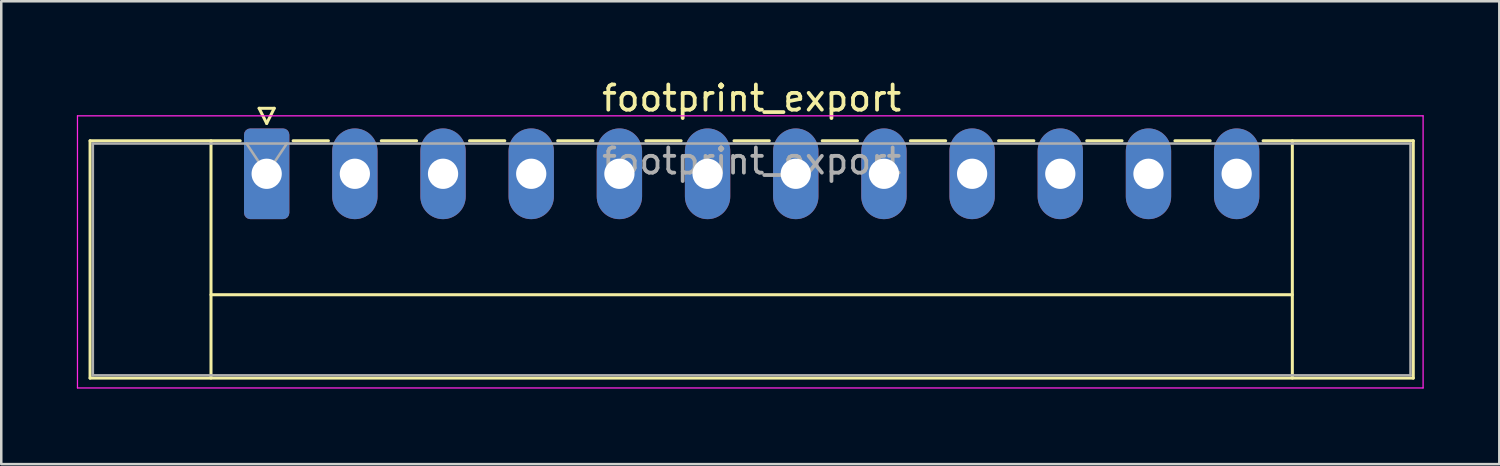
<source format=kicad_pcb>
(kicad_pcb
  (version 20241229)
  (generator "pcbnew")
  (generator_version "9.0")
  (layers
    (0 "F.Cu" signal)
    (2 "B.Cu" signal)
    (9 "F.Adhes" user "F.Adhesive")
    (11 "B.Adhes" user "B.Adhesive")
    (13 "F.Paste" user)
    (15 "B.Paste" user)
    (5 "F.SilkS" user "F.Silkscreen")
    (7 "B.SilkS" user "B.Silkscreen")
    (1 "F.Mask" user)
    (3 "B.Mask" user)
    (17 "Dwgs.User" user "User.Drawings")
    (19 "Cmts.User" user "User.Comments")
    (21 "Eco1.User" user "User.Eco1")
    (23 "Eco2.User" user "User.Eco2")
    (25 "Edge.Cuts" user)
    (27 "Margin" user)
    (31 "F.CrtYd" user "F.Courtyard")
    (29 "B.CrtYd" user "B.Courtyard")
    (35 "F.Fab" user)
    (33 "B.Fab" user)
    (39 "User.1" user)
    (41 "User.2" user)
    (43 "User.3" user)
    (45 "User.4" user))
  (footprint "footprint_export"
    (layer "F.Cu")
    (at 7.535 3.848)
    (property "Reference" "footprint_export" (at 19.25 -3 0) (layer "F.SilkS") (effects (font (size 1 1) (thickness 0.15))))
    (attr through_hole)
    (fp_line (start -7.01 -1.31) (end -7.01 8.11) (stroke (width 0.12) (type solid)) (layer "F.SilkS"))
    (fp_line (start -7.01 -1.31) (end -1.05 -1.31) (stroke (width 0.12) (type solid)) (layer "F.SilkS"))
    (fp_line (start -7.01 8.11) (end 45.51 8.11) (stroke (width 0.12) (type solid)) (layer "F.SilkS"))
    (fp_line (start -2.21 -1.31) (end -2.21 8.11) (stroke (width 0.12) (type solid)) (layer "F.SilkS"))
    (fp_line (start -2.21 4.8) (end 40.71 4.8) (stroke (width 0.12) (type solid)) (layer "F.SilkS"))
    (fp_line (start -0.3 -2.6) (end 0.3 -2.6) (stroke (width 0.12) (type solid)) (layer "F.SilkS"))
    (fp_line (start 0 -2) (end -0.3 -2.6) (stroke (width 0.12) (type solid)) (layer "F.SilkS"))
    (fp_line (start 0.3 -2.6) (end 0 -2) (stroke (width 0.12) (type solid)) (layer "F.SilkS"))
    (fp_line (start 1.05 -1.31) (end 2.45 -1.31) (stroke (width 0.12) (type solid)) (layer "F.SilkS"))
    (fp_line (start 4.55 -1.31) (end 5.95 -1.31) (stroke (width 0.12) (type solid)) (layer "F.SilkS"))
    (fp_line (start 8.05 -1.31) (end 9.45 -1.31) (stroke (width 0.12) (type solid)) (layer "F.SilkS"))
    (fp_line (start 11.55 -1.31) (end 12.95 -1.31) (stroke (width 0.12) (type solid)) (layer "F.SilkS"))
    (fp_line (start 15.05 -1.31) (end 16.45 -1.31) (stroke (width 0.12) (type solid)) (layer "F.SilkS"))
    (fp_line (start 18.55 -1.31) (end 19.95 -1.31) (stroke (width 0.12) (type solid)) (layer "F.SilkS"))
    (fp_line (start 22.05 -1.31) (end 23.45 -1.31) (stroke (width 0.12) (type solid)) (layer "F.SilkS"))
    (fp_line (start 25.55 -1.31) (end 26.95 -1.31) (stroke (width 0.12) (type solid)) (layer "F.SilkS"))
    (fp_line (start 29.05 -1.31) (end 30.45 -1.31) (stroke (width 0.12) (type solid)) (layer "F.SilkS"))
    (fp_line (start 32.55 -1.31) (end 33.95 -1.31) (stroke (width 0.12) (type solid)) (layer "F.SilkS"))
    (fp_line (start 36.05 -1.31) (end 37.45 -1.31) (stroke (width 0.12) (type solid)) (layer "F.SilkS"))
    (fp_line (start 40.71 -1.31) (end 40.71 8.11) (stroke (width 0.12) (type solid)) (layer "F.SilkS"))
    (fp_line (start 45.51 -1.31) (end 39.55 -1.31) (stroke (width 0.12) (type solid)) (layer "F.SilkS"))
    (fp_line (start 45.51 8.11) (end 45.51 -1.31) (stroke (width 0.12) (type solid)) (layer "F.SilkS"))
    (fp_line (start -7.51 -2.3) (end -7.51 8.5) (stroke (width 0.05) (type solid)) (layer "F.CrtYd"))
    (fp_line (start -7.51 8.5) (end 45.9 8.5) (stroke (width 0.05) (type solid)) (layer "F.CrtYd"))
    (fp_line (start 45.9 -2.3) (end -7.51 -2.3) (stroke (width 0.05) (type solid)) (layer "F.CrtYd"))
    (fp_line (start 45.9 8.5) (end 45.9 -2.3) (stroke (width 0.05) (type solid)) (layer "F.CrtYd"))
    (fp_line (start -6.9 -1.2) (end -6.9 8) (stroke (width 0.1) (type solid)) (layer "F.Fab"))
    (fp_line (start -6.9 8) (end 45.4 8) (stroke (width 0.1) (type solid)) (layer "F.Fab"))
    (fp_line (start 0 0) (end -0.8 -1.2) (stroke (width 0.1) (type solid)) (layer "F.Fab"))
    (fp_line (start 0.8 -1.2) (end 0 0) (stroke (width 0.1) (type solid)) (layer "F.Fab"))
    (fp_line (start 45.4 -1.2) (end -6.9 -1.2) (stroke (width 0.1) (type solid)) (layer "F.Fab"))
    (fp_line (start 45.4 8) (end 45.4 -1.2) (stroke (width 0.1) (type solid)) (layer "F.Fab"))
    (fp_text user "${REFERENCE}" (at 19.25 -0.5 0) (layer "F.Fab") (effects (font (size 1 1) (thickness 0.15))))
    (pad "1" thru_hole roundrect (at 0 0) (size 1.8 3.6) (drill 1.2) (layers "*.Cu" "*.Mask") (roundrect_rratio 0.139))
    (pad "2" thru_hole oval (at 3.5 0) (size 1.8 3.6) (drill 1.2) (layers "*.Cu" "*.Mask"))
    (pad "3" thru_hole oval (at 7 0) (size 1.8 3.6) (drill 1.2) (layers "*.Cu" "*.Mask"))
    (pad "4" thru_hole oval (at 10.5 0) (size 1.8 3.6) (drill 1.2) (layers "*.Cu" "*.Mask"))
    (pad "5" thru_hole oval (at 14 0) (size 1.8 3.6) (drill 1.2) (layers "*.Cu" "*.Mask"))
    (pad "6" thru_hole oval (at 17.5 0) (size 1.8 3.6) (drill 1.2) (layers "*.Cu" "*.Mask"))
    (pad "7" thru_hole oval (at 21 0) (size 1.8 3.6) (drill 1.2) (layers "*.Cu" "*.Mask"))
    (pad "8" thru_hole oval (at 24.5 0) (size 1.8 3.6) (drill 1.2) (layers "*.Cu" "*.Mask"))
    (pad "9" thru_hole oval (at 28 0) (size 1.8 3.6) (drill 1.2) (layers "*.Cu" "*.Mask"))
    (pad "10" thru_hole oval (at 31.5 0) (size 1.8 3.6) (drill 1.2) (layers "*.Cu" "*.Mask"))
    (pad "11" thru_hole oval (at 35 0) (size 1.8 3.6) (drill 1.2) (layers "*.Cu" "*.Mask"))
    (pad "12" thru_hole oval (at 38.5 0) (size 1.8 3.6) (drill 1.2) (layers "*.Cu" "*.Mask")))
  (gr_rect
    (start -3 -3)
    (end 56.46 15.373)
    (stroke (width 0.1) (type default))
    (fill no)
    (layer "Edge.Cuts")))
</source>
